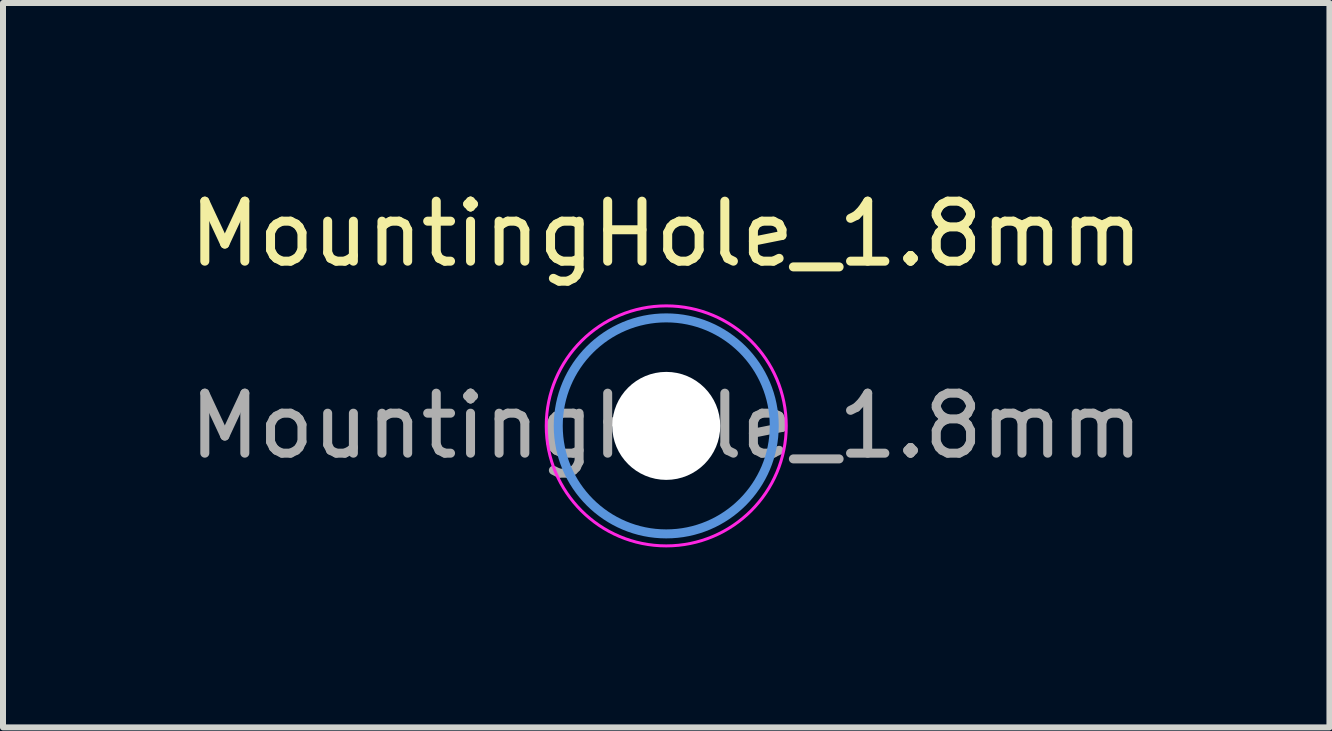
<source format=kicad_pcb>
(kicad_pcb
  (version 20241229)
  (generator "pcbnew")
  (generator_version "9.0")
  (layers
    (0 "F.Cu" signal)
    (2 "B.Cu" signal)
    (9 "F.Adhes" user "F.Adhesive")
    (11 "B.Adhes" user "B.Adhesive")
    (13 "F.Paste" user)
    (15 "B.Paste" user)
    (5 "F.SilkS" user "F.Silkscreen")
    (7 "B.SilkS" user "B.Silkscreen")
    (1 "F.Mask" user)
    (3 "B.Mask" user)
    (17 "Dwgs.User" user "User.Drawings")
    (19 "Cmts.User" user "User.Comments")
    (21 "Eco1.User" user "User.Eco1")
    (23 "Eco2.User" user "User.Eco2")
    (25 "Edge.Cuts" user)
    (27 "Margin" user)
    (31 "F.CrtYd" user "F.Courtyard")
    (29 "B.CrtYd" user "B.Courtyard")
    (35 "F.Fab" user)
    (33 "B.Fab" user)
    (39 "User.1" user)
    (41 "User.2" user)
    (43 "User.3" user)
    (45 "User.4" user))
  (footprint "MountingHole_1.8mm"
    (layer "F.Cu")
    (at 8.054 4.048)
    (property "Reference" "MountingHole_1.8mm" (at 0 -3.2 0) (layer "F.SilkS") (effects (font (size 1 1) (thickness 0.15))))
    (attr exclude_from_pos_files exclude_from_bom)
    (fp_circle (center 0 0) (end 1.8 0) (stroke (width 0.15) (type solid)) (fill no) (layer "Cmts.User"))
    (fp_circle (center 0 0) (end 2 0) (stroke (width 0.05) (type solid)) (fill no) (layer "F.CrtYd"))
    (fp_text user "${REFERENCE}" (at 0 0 0) (layer "F.Fab") (effects (font (size 1 1) (thickness 0.15))))
    (pad "" np_thru_hole circle (at 0 0) (size 1.8 1.8) (drill 1.8) (layers "*.Cu" "*.Mask")))
  (gr_rect
    (start -3 -3)
    (end 19.107 9.073)
    (stroke (width 0.1) (type default))
    (fill no)
    (layer "Edge.Cuts")))
</source>
